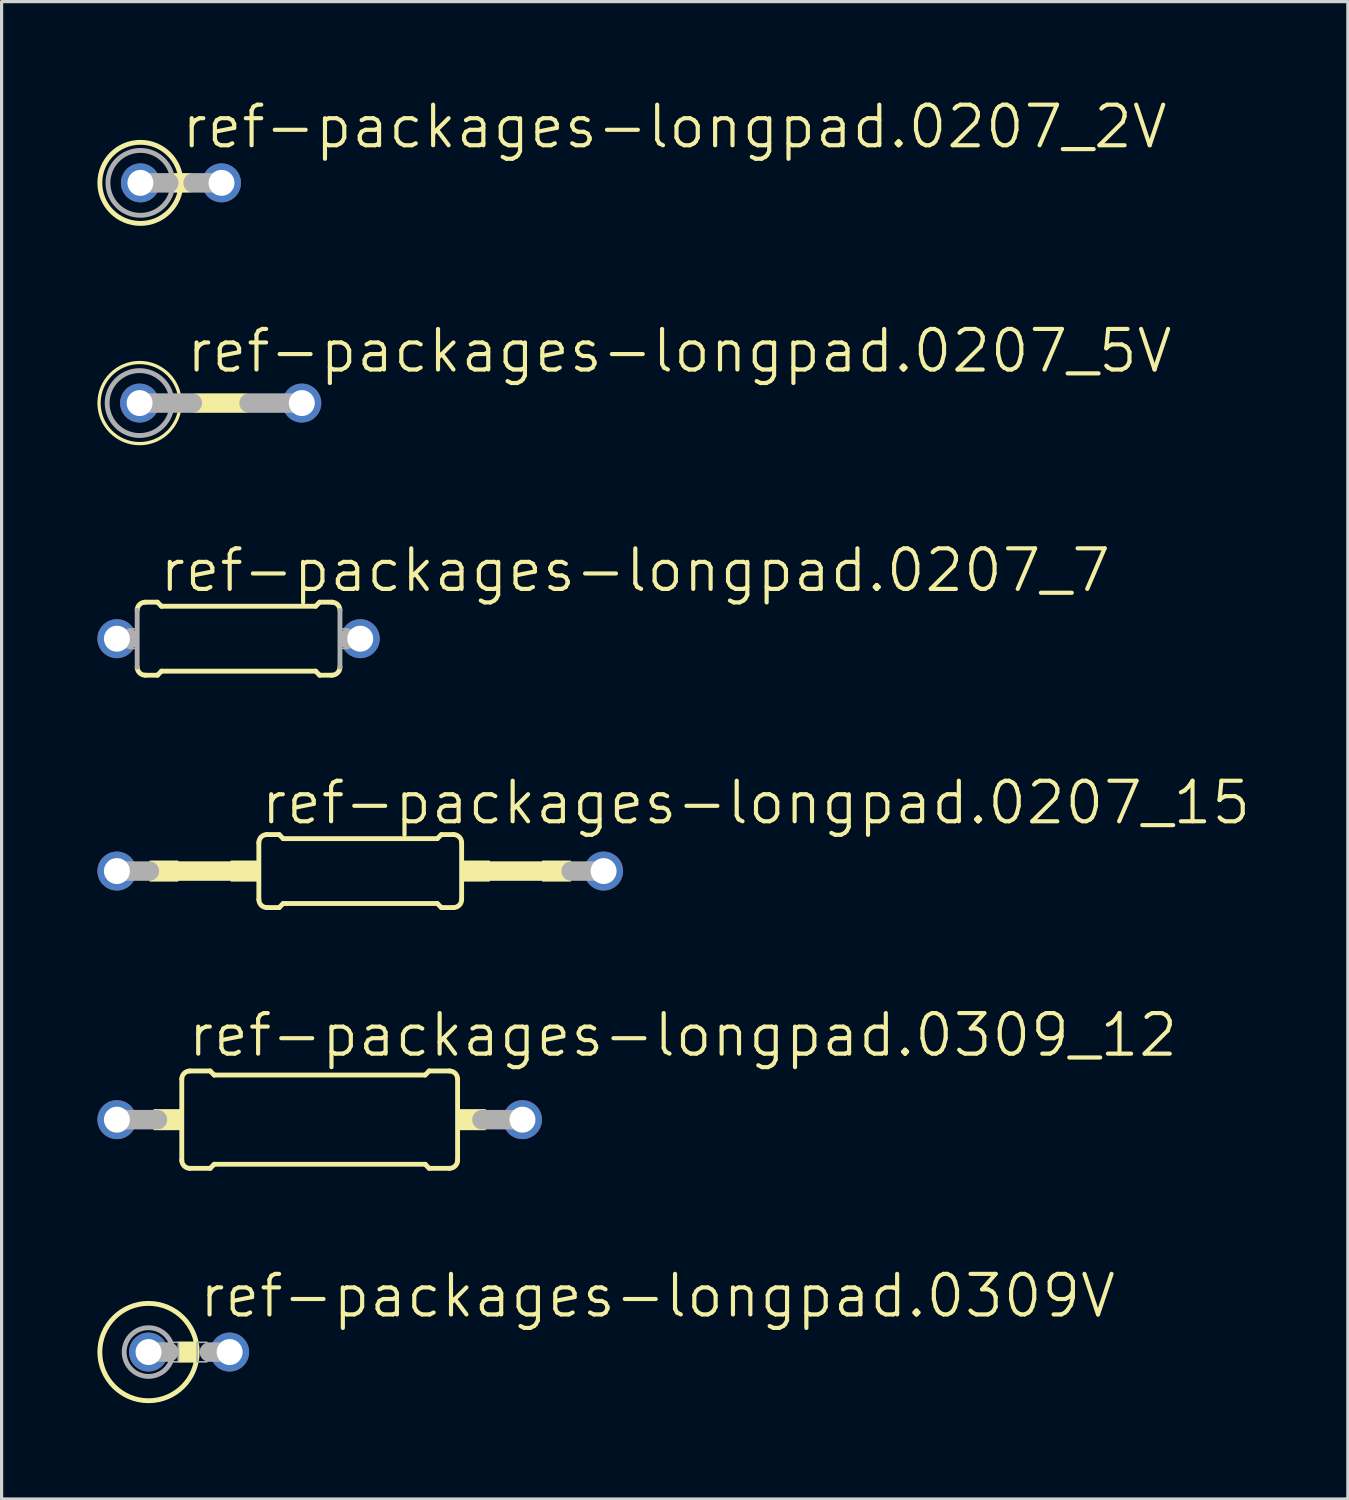
<source format=kicad_pcb>
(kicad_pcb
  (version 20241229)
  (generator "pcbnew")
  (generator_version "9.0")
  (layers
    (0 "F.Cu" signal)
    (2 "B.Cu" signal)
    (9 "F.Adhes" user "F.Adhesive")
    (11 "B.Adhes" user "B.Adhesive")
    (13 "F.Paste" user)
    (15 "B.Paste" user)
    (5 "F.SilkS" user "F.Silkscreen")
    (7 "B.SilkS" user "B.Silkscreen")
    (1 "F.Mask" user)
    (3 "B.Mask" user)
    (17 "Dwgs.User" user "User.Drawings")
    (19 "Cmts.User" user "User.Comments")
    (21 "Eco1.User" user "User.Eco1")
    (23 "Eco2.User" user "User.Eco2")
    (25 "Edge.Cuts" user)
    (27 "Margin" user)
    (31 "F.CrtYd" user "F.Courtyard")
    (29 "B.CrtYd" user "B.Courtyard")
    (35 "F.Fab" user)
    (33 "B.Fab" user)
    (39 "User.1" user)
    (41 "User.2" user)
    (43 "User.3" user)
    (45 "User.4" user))
  (footprint "ref-packages-longpad.0207_2V"
    (layer "F.Cu")
    (at 2.616 2.676)
    (property "Reference" "ref-packages-longpad.0207_2V" (at -0.051 -1.016 0) (layer "F.SilkS") (effects (font (size 1.27 1.27) (thickness 0.13)) (justify left bottom)))
    (attr through_hole)
    (fp_line (start -0.254 0) (end 0.254 0) (stroke (width 0.61) (type default)) (layer "F.SilkS"))
    (fp_circle (center -1.27 0) (end 0 0) (stroke (width 0.152) (type default)) (fill no) (layer "F.SilkS"))
    (fp_line (start -1.27 0) (end -0.381 0) (stroke (width 0.61) (type default)) (layer "F.Fab"))
    (fp_line (start 0.381 0) (end 1.27 0) (stroke (width 0.61) (type default)) (layer "F.Fab"))
    (fp_circle (center -1.27 0) (end -0.254 0) (stroke (width 0.152) (type default)) (fill no) (layer "F.Fab"))
    (pad "1" thru_hole circle (at -1.27 0) (size 1.219 1.219) (drill 0.813) (layers "*.Cu" "*.Mask"))
    (pad "2" thru_hole circle (at 1.27 0) (size 1.219 1.219) (drill 0.813) (layers "*.Cu" "*.Mask")))
  (footprint "ref-packages-longpad.0309V"
    (layer "F.Cu")
    (at 2.87 39.286)
    (property "Reference" "ref-packages-longpad.0309V" (at 0.254 -1.016 0) (layer "F.SilkS") (effects (font (size 1.27 1.27) (thickness 0.13)) (justify left bottom)))
    (attr through_hole)
    (fp_rect (start -0.33 0.305) (end 0.254 -0.305) (stroke (width 0.05) (type default)) (fill yes) (layer "F.SilkS"))
    (fp_circle (center -1.27 0) (end 0.254 0) (stroke (width 0.152) (type default)) (fill no) (layer "F.SilkS"))
    (fp_line (start -0.635 0) (end -1.27 0) (stroke (width 0.61) (type default)) (layer "F.Fab"))
    (fp_line (start 1.27 0) (end 0.635 0) (stroke (width 0.61) (type default)) (layer "F.Fab"))
    (fp_rect (start -0.635 0.305) (end -0.33 -0.305) (stroke (width 0.05) (type default)) (fill no) (layer "F.Fab"))
    (fp_rect (start 0.254 0.305) (end 0.559 -0.305) (stroke (width 0.05) (type default)) (fill no) (layer "F.Fab"))
    (fp_circle (center -1.27 0) (end -0.508 0) (stroke (width 0.152) (type default)) (fill no) (layer "F.Fab"))
    (pad "1" thru_hole circle (at -1.27 0) (size 1.219 1.219) (drill 0.813) (layers "*.Cu" "*.Mask"))
    (pad "2" thru_hole circle (at 1.27 0) (size 1.219 1.219) (drill 0.813) (layers "*.Cu" "*.Mask")))
  (footprint "ref-packages-longpad.0207_5V"
    (layer "F.Cu")
    (at 3.861 9.571)
    (property "Reference" "ref-packages-longpad.0207_5V" (at -1.143 -0.889 0) (layer "F.SilkS") (effects (font (size 1.27 1.27) (thickness 0.13)) (justify left bottom)))
    (attr through_hole)
    (fp_line (start -0.762 0) (end 0.762 0) (stroke (width 0.61) (type default)) (layer "F.SilkS"))
    (fp_circle (center -2.54 0) (end -1.27 0) (stroke (width 0.102) (type default)) (fill no) (layer "F.SilkS"))
    (fp_line (start -2.54 0) (end -0.889 0) (stroke (width 0.61) (type default)) (layer "F.Fab"))
    (fp_line (start 0.889 0) (end 2.54 0) (stroke (width 0.61) (type default)) (layer "F.Fab"))
    (fp_circle (center -2.54 0) (end -1.524 0) (stroke (width 0.152) (type default)) (fill no) (layer "F.Fab"))
    (pad "1" thru_hole circle (at -2.54 0) (size 1.219 1.219) (drill 0.813) (layers "*.Cu" "*.Mask"))
    (pad "2" thru_hole circle (at 2.54 0) (size 1.219 1.219) (drill 0.813) (layers "*.Cu" "*.Mask")))
  (footprint "ref-packages-longpad.0309_12"
    (layer "F.Cu")
    (at 6.96 32.009)
    (property "Reference" "ref-packages-longpad.0309_12" (at -4.191 -1.905 0) (layer "F.SilkS") (effects (font (size 1.27 1.27) (thickness 0.13)) (justify left bottom)))
    (attr through_hole)
    (fp_line (start -4.318 1.27) (end -4.318 -1.27) (stroke (width 0.152) (type default)) (layer "F.SilkS"))
    (fp_line (start -4.064 -1.524) (end -3.429 -1.524) (stroke (width 0.152) (type default)) (layer "F.SilkS"))
    (fp_line (start -4.064 1.524) (end -3.429 1.524) (stroke (width 0.152) (type default)) (layer "F.SilkS"))
    (fp_line (start -3.302 -1.397) (end -3.429 -1.524) (stroke (width 0.152) (type default)) (layer "F.SilkS"))
    (fp_line (start -3.302 1.397) (end -3.429 1.524) (stroke (width 0.152) (type default)) (layer "F.SilkS"))
    (fp_line (start 3.302 -1.397) (end -3.302 -1.397) (stroke (width 0.152) (type default)) (layer "F.SilkS"))
    (fp_line (start 3.302 -1.397) (end 3.429 -1.524) (stroke (width 0.152) (type default)) (layer "F.SilkS"))
    (fp_line (start 3.302 1.397) (end -3.302 1.397) (stroke (width 0.152) (type default)) (layer "F.SilkS"))
    (fp_line (start 3.302 1.397) (end 3.429 1.524) (stroke (width 0.152) (type default)) (layer "F.SilkS"))
    (fp_line (start 4.064 -1.524) (end 3.429 -1.524) (stroke (width 0.152) (type default)) (layer "F.SilkS"))
    (fp_line (start 4.064 1.524) (end 3.429 1.524) (stroke (width 0.152) (type default)) (layer "F.SilkS"))
    (fp_line (start 4.318 1.27) (end 4.318 -1.27) (stroke (width 0.152) (type default)) (layer "F.SilkS"))
    (fp_rect (start -5.182 0.305) (end -4.318 -0.305) (stroke (width 0.05) (type default)) (fill yes) (layer "F.SilkS"))
    (fp_rect (start 4.318 0.305) (end 5.182 -0.305) (stroke (width 0.05) (type default)) (fill yes) (layer "F.SilkS"))
    (fp_arc (start -4.318 -1.27) (mid -4.243605 -1.449605) (end -4.064 -1.524) (stroke (width 0.1524) (type default)) (layer "F.SilkS"))
    (fp_arc (start -4.064 1.524) (mid -4.243605 1.449605) (end -4.318 1.27) (stroke (width 0.1524) (type default)) (layer "F.SilkS"))
    (fp_arc (start 4.064 -1.524) (mid 4.243605 -1.449605) (end 4.318 -1.27) (stroke (width 0.1524) (type default)) (layer "F.SilkS"))
    (fp_arc (start 4.318 1.27) (mid 4.243605 1.449605) (end 4.064 1.524) (stroke (width 0.1524) (type default)) (layer "F.SilkS"))
    (fp_line (start -6.35 0) (end -5.08 0) (stroke (width 0.61) (type default)) (layer "F.Fab"))
    (fp_line (start 6.35 0) (end 5.08 0) (stroke (width 0.61) (type default)) (layer "F.Fab"))
    (pad "1" thru_hole circle (at -6.35 0) (size 1.219 1.219) (drill 0.813) (layers "*.Cu" "*.Mask"))
    (pad "2" thru_hole circle (at 6.35 0) (size 1.219 1.219) (drill 0.813) (layers "*.Cu" "*.Mask")))
  (footprint "ref-packages-longpad.0207_7"
    (layer "F.Cu")
    (at 4.42 16.949)
    (property "Reference" "ref-packages-longpad.0207_7" (at -2.54 -1.397 0) (layer "F.SilkS") (effects (font (size 1.27 1.27) (thickness 0.13)) (justify left bottom)))
    (attr through_hole)
    (fp_line (start -2.921 -1.143) (end -2.54 -1.143) (stroke (width 0.152) (type default)) (layer "F.SilkS"))
    (fp_line (start -2.921 1.143) (end -2.54 1.143) (stroke (width 0.152) (type default)) (layer "F.SilkS"))
    (fp_line (start -2.413 -1.016) (end -2.54 -1.143) (stroke (width 0.152) (type default)) (layer "F.SilkS"))
    (fp_line (start -2.413 1.016) (end -2.54 1.143) (stroke (width 0.152) (type default)) (layer "F.SilkS"))
    (fp_line (start 2.413 -1.016) (end -2.413 -1.016) (stroke (width 0.152) (type default)) (layer "F.SilkS"))
    (fp_line (start 2.413 -1.016) (end 2.54 -1.143) (stroke (width 0.152) (type default)) (layer "F.SilkS"))
    (fp_line (start 2.413 1.016) (end -2.413 1.016) (stroke (width 0.152) (type default)) (layer "F.SilkS"))
    (fp_line (start 2.413 1.016) (end 2.54 1.143) (stroke (width 0.152) (type default)) (layer "F.SilkS"))
    (fp_line (start 2.921 -1.143) (end 2.54 -1.143) (stroke (width 0.152) (type default)) (layer "F.SilkS"))
    (fp_line (start 2.921 1.143) (end 2.54 1.143) (stroke (width 0.152) (type default)) (layer "F.SilkS"))
    (fp_arc (start -3.175 -0.889) (mid -3.100605 -1.068605) (end -2.921 -1.143) (stroke (width 0.1524) (type default)) (layer "F.SilkS"))
    (fp_arc (start -2.921 1.143) (mid -3.100605 1.068605) (end -3.175 0.889) (stroke (width 0.1524) (type default)) (layer "F.SilkS"))
    (fp_arc (start 2.921 -1.143) (mid 3.100605 -1.068605) (end 3.175 -0.889) (stroke (width 0.1524) (type default)) (layer "F.SilkS"))
    (fp_arc (start 3.175 0.889) (mid 3.100605 1.068605) (end 2.921 1.143) (stroke (width 0.1524) (type default)) (layer "F.SilkS"))
    (fp_line (start -3.81 0) (end -3.429 0) (stroke (width 0.61) (type default)) (layer "F.Fab"))
    (fp_line (start -3.175 0.889) (end -3.175 -0.889) (stroke (width 0.152) (type default)) (layer "F.Fab"))
    (fp_line (start 3.175 0.889) (end 3.175 -0.889) (stroke (width 0.152) (type default)) (layer "F.Fab"))
    (fp_line (start 3.429 0) (end 3.81 0) (stroke (width 0.61) (type default)) (layer "F.Fab"))
    (fp_rect (start -3.429 0.305) (end -3.175 -0.305) (stroke (width 0.05) (type default)) (fill no) (layer "F.Fab"))
    (fp_rect (start 3.175 0.305) (end 3.429 -0.305) (stroke (width 0.05) (type default)) (fill no) (layer "F.Fab"))
    (pad "1" thru_hole circle (at -3.81 0) (size 1.219 1.219) (drill 0.813) (layers "*.Cu" "*.Mask"))
    (pad "2" thru_hole circle (at 3.81 0) (size 1.219 1.219) (drill 0.813) (layers "*.Cu" "*.Mask")))
  (footprint "ref-packages-longpad.0207_15"
    (layer "F.Cu")
    (at 8.23 24.225)
    (property "Reference" "ref-packages-longpad.0207_15" (at -3.175 -1.397 0) (layer "F.SilkS") (effects (font (size 1.27 1.27) (thickness 0.13)) (justify left bottom)))
    (attr through_hole)
    (fp_line (start -5.715 0) (end -4.064 0) (stroke (width 0.61) (type default)) (layer "F.SilkS"))
    (fp_line (start -3.175 0.889) (end -3.175 -0.889) (stroke (width 0.152) (type default)) (layer "F.SilkS"))
    (fp_line (start -2.921 -1.143) (end -2.54 -1.143) (stroke (width 0.152) (type default)) (layer "F.SilkS"))
    (fp_line (start -2.921 1.143) (end -2.54 1.143) (stroke (width 0.152) (type default)) (layer "F.SilkS"))
    (fp_line (start -2.413 -1.016) (end -2.54 -1.143) (stroke (width 0.152) (type default)) (layer "F.SilkS"))
    (fp_line (start -2.413 1.016) (end -2.54 1.143) (stroke (width 0.152) (type default)) (layer "F.SilkS"))
    (fp_line (start 2.413 -1.016) (end -2.413 -1.016) (stroke (width 0.152) (type default)) (layer "F.SilkS"))
    (fp_line (start 2.413 -1.016) (end 2.54 -1.143) (stroke (width 0.152) (type default)) (layer "F.SilkS"))
    (fp_line (start 2.413 1.016) (end -2.413 1.016) (stroke (width 0.152) (type default)) (layer "F.SilkS"))
    (fp_line (start 2.413 1.016) (end 2.54 1.143) (stroke (width 0.152) (type default)) (layer "F.SilkS"))
    (fp_line (start 2.921 -1.143) (end 2.54 -1.143) (stroke (width 0.152) (type default)) (layer "F.SilkS"))
    (fp_line (start 2.921 1.143) (end 2.54 1.143) (stroke (width 0.152) (type default)) (layer "F.SilkS"))
    (fp_line (start 3.175 0.889) (end 3.175 -0.889) (stroke (width 0.152) (type default)) (layer "F.SilkS"))
    (fp_line (start 5.715 0) (end 4.064 0) (stroke (width 0.61) (type default)) (layer "F.SilkS"))
    (fp_rect (start -6.579 0.305) (end -5.715 -0.305) (stroke (width 0.05) (type default)) (fill yes) (layer "F.SilkS"))
    (fp_rect (start -4.039 0.305) (end -3.175 -0.305) (stroke (width 0.05) (type default)) (fill yes) (layer "F.SilkS"))
    (fp_rect (start 3.175 0.305) (end 4.039 -0.305) (stroke (width 0.05) (type default)) (fill yes) (layer "F.SilkS"))
    (fp_rect (start 5.715 0.305) (end 6.579 -0.305) (stroke (width 0.05) (type default)) (fill yes) (layer "F.SilkS"))
    (fp_arc (start -3.175 -0.889) (mid -3.100605 -1.068605) (end -2.921 -1.143) (stroke (width 0.1524) (type default)) (layer "F.SilkS"))
    (fp_arc (start -2.921 1.143) (mid -3.100605 1.068605) (end -3.175 0.889) (stroke (width 0.1524) (type default)) (layer "F.SilkS"))
    (fp_arc (start 2.921 -1.143) (mid 3.100605 -1.068605) (end 3.175 -0.889) (stroke (width 0.1524) (type default)) (layer "F.SilkS"))
    (fp_arc (start 3.175 0.889) (mid 3.100605 1.068605) (end 2.921 1.143) (stroke (width 0.1524) (type default)) (layer "F.SilkS"))
    (fp_line (start -7.62 0) (end -6.604 0) (stroke (width 0.61) (type default)) (layer "F.Fab"))
    (fp_line (start 7.62 0) (end 6.604 0) (stroke (width 0.61) (type default)) (layer "F.Fab"))
    (pad "1" thru_hole circle (at -7.62 0) (size 1.219 1.219) (drill 0.813) (layers "*.Cu" "*.Mask"))
    (pad "2" thru_hole circle (at 7.62 0) (size 1.219 1.219) (drill 0.813) (layers "*.Cu" "*.Mask")))
  (gr_rect
    (start -3 -3)
    (end 39.154 43.886)
    (stroke (width 0.1) (type default))
    (fill no)
    (layer "Edge.Cuts")))
</source>
